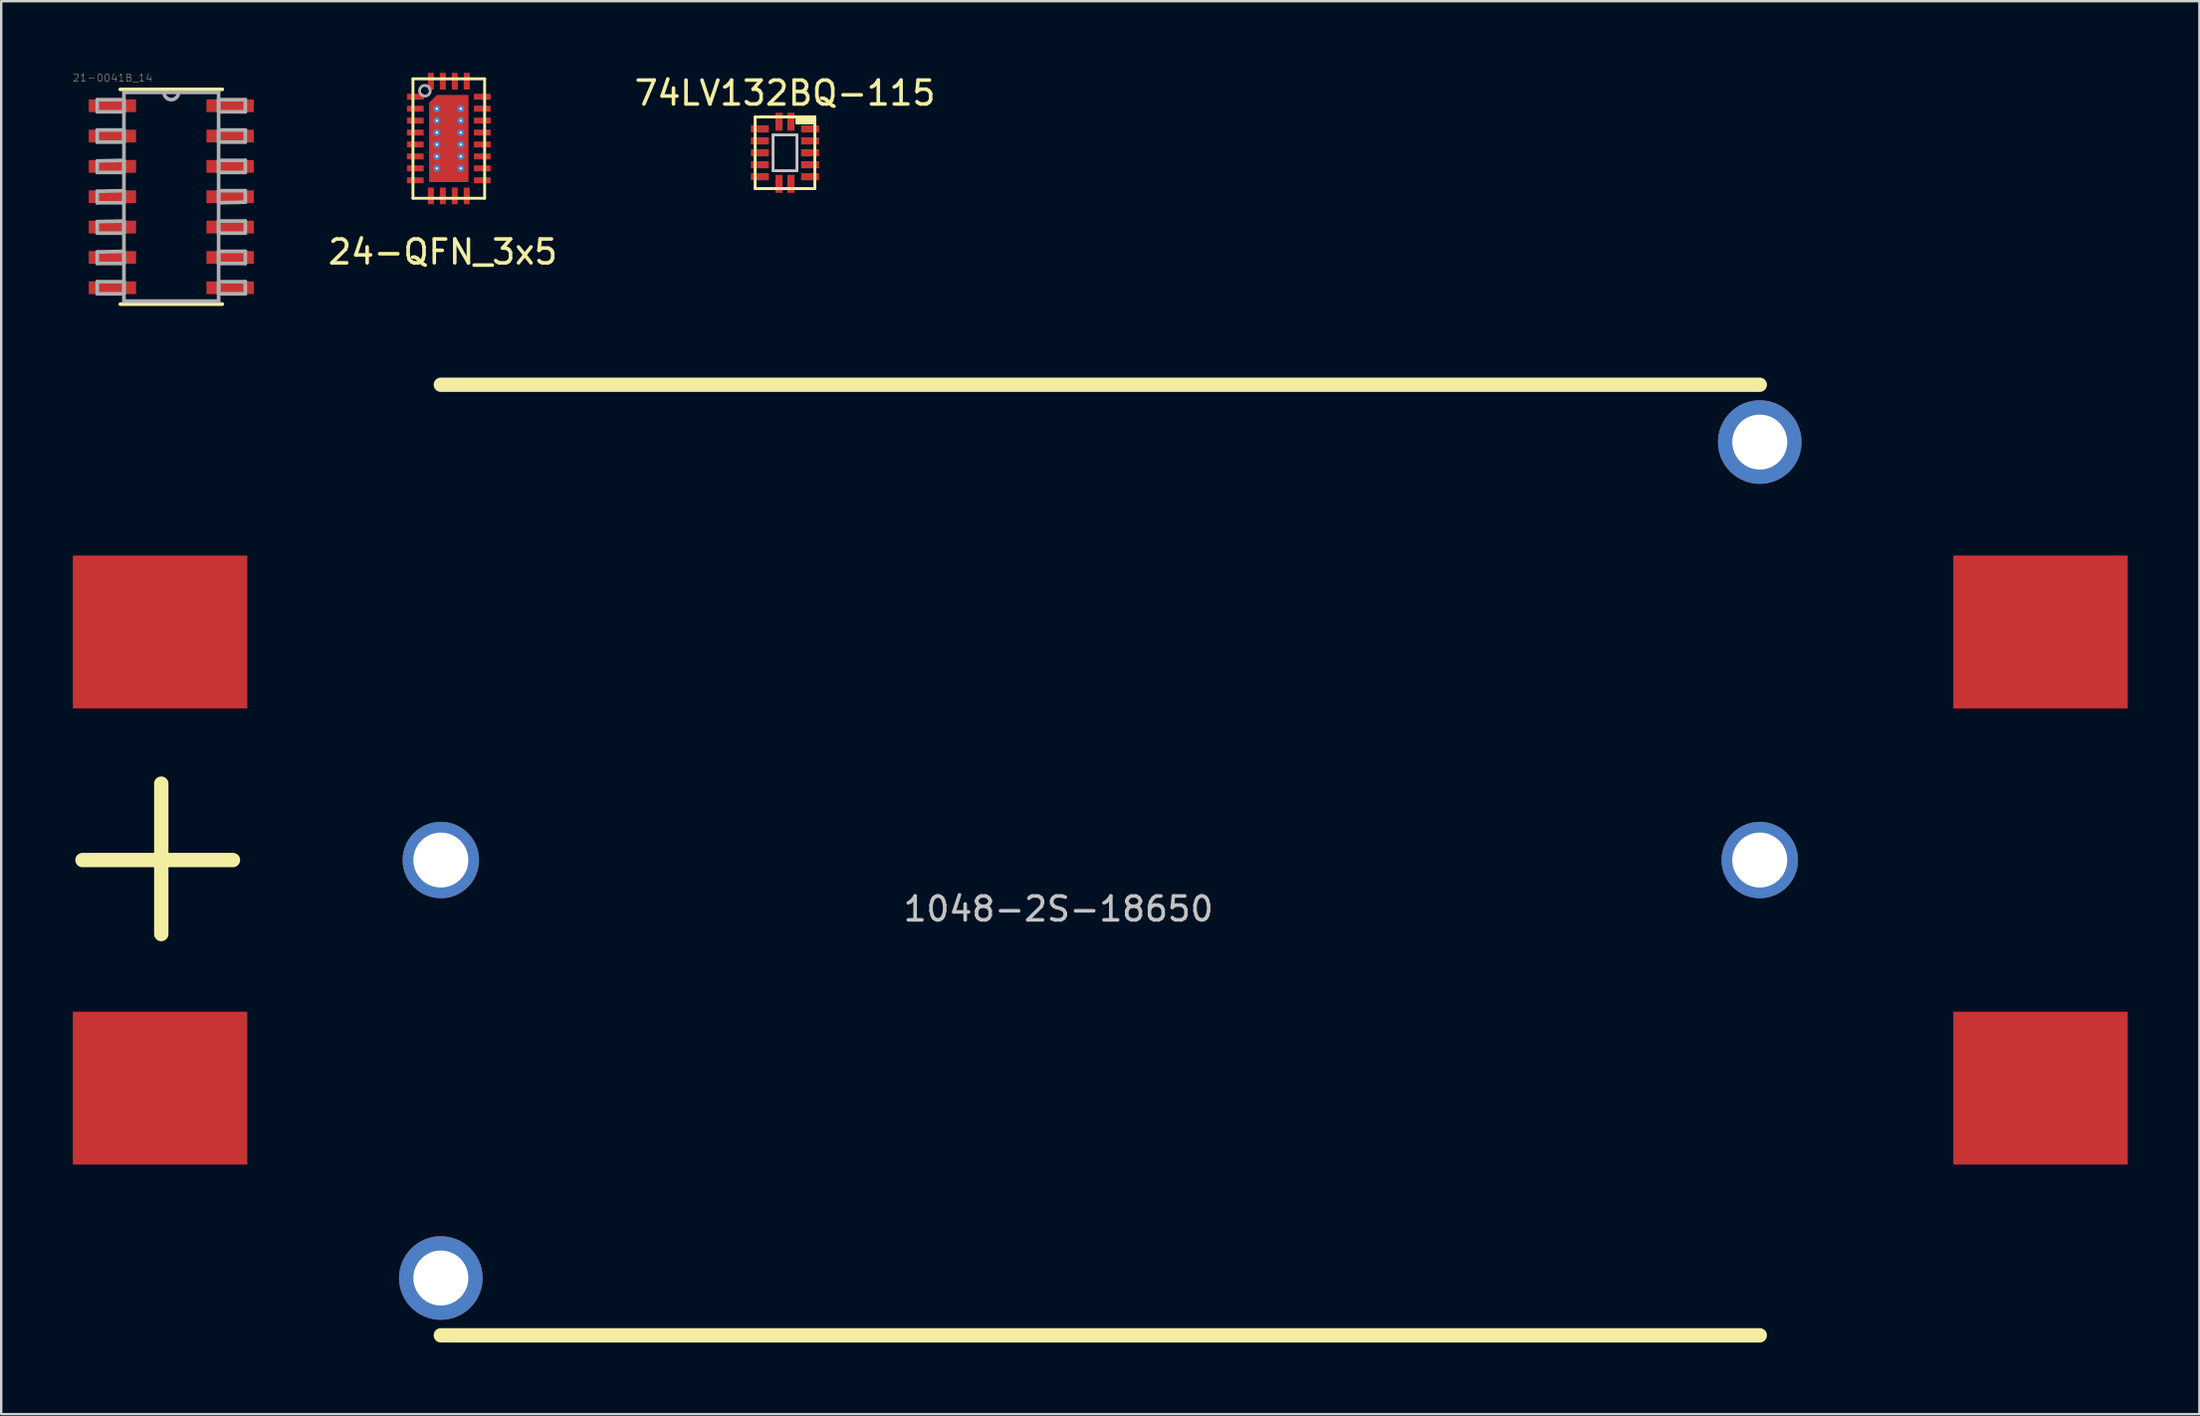
<source format=kicad_pcb>
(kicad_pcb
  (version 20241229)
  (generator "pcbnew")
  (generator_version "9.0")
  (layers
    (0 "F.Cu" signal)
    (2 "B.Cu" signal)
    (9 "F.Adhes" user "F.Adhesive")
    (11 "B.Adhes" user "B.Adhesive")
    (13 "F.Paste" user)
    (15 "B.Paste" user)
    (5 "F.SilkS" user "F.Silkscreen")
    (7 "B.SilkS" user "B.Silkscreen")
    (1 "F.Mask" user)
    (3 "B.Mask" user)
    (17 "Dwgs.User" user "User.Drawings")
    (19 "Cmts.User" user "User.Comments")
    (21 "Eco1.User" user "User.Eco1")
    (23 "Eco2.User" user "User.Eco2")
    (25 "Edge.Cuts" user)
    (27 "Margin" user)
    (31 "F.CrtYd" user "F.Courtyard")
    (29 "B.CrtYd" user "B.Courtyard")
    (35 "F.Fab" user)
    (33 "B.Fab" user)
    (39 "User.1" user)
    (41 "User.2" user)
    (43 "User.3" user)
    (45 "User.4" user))
  (footprint "24-QFN_3x5"
    (layer "F.Cu")
    (at 15.733 2.75)
    (property "Reference" "24-QFN_3x5" (at -0.25 4.75 0) (layer "F.SilkS") (effects (font (size 1 1) (thickness 0.15))))
    (attr through_hole)
    (fp_line (start -1.5 -2.5) (end 1.5 -2.5) (stroke (width 0.12) (type solid)) (layer "F.SilkS"))
    (fp_line (start -1.5 2.5) (end -1.5 -2.5) (stroke (width 0.12) (type solid)) (layer "F.SilkS"))
    (fp_line (start 1.5 -2.5) (end 1.5 2.5) (stroke (width 0.12) (type solid)) (layer "F.SilkS"))
    (fp_line (start 1.5 2.5) (end -1.5 2.5) (stroke (width 0.12) (type solid)) (layer "F.SilkS"))
    (fp_circle (center -1 -2) (end -1.1 -2.2) (stroke (width 0.12) (type solid)) (fill no) (layer "F.Fab"))
    (pad "1" smd rect (at -1.4 -1.75) (size 0.7 0.25) (layers "F.Cu" "F.Mask" "F.Paste"))
    (pad "2" smd rect (at -1.4 -1.25) (size 0.7 0.25) (layers "F.Cu" "F.Mask" "F.Paste"))
    (pad "3" smd rect (at -1.4 -0.75) (size 0.7 0.25) (layers "F.Cu" "F.Mask" "F.Paste"))
    (pad "4" smd rect (at -1.4 -0.25) (size 0.7 0.25) (layers "F.Cu" "F.Mask" "F.Paste"))
    (pad "5" smd rect (at -1.4 0.25) (size 0.7 0.25) (layers "F.Cu" "F.Mask" "F.Paste"))
    (pad "6" smd rect (at -1.4 0.75) (size 0.7 0.25) (layers "F.Cu" "F.Mask" "F.Paste"))
    (pad "7" smd rect (at -1.4 1.25) (size 0.7 0.25) (layers "F.Cu" "F.Mask" "F.Paste"))
    (pad "8" smd rect (at -1.4 1.75) (size 0.7 0.25) (layers "F.Cu" "F.Mask" "F.Paste"))
    (pad "9" smd rect (at -0.75 2.4 90) (size 0.7 0.25) (layers "F.Cu" "F.Mask" "F.Paste"))
    (pad "10" smd rect (at -0.25 2.4 90) (size 0.7 0.25) (layers "F.Cu" "F.Mask" "F.Paste"))
    (pad "11" smd rect (at 0.25 2.4 90) (size 0.7 0.25) (layers "F.Cu" "F.Mask" "F.Paste"))
    (pad "12" smd rect (at 0.75 2.4 90) (size 0.7 0.25) (layers "F.Cu" "F.Mask" "F.Paste"))
    (pad "13" smd rect (at 1.4 1.75) (size 0.7 0.25) (layers "F.Cu" "F.Mask" "F.Paste"))
    (pad "14" smd rect (at 1.4 1.25) (size 0.7 0.25) (layers "F.Cu" "F.Mask" "F.Paste"))
    (pad "15" smd rect (at 1.4 0.75) (size 0.7 0.25) (layers "F.Cu" "F.Mask" "F.Paste"))
    (pad "16" smd rect (at 1.4 0.25) (size 0.7 0.25) (layers "F.Cu" "F.Mask" "F.Paste"))
    (pad "17" smd rect (at 1.4 -0.25) (size 0.7 0.25) (layers "F.Cu" "F.Mask" "F.Paste"))
    (pad "18" smd rect (at 1.4 -0.75) (size 0.7 0.25) (layers "F.Cu" "F.Mask" "F.Paste"))
    (pad "19" smd rect (at 1.4 -1.25) (size 0.7 0.25) (layers "F.Cu" "F.Mask" "F.Paste"))
    (pad "20" smd rect (at 1.4 -1.75) (size 0.7 0.25) (layers "F.Cu" "F.Mask" "F.Paste"))
    (pad "21" smd rect (at 0.75 -2.4 270) (size 0.7 0.25) (layers "F.Cu" "F.Mask" "F.Paste"))
    (pad "22" smd rect (at 0.25 -2.4 270) (size 0.7 0.25) (layers "F.Cu" "F.Mask" "F.Paste"))
    (pad "23" smd rect (at -0.25 -2.4 270) (size 0.7 0.25) (layers "F.Cu" "F.Mask" "F.Paste"))
    (pad "24" smd rect (at -0.75 -2.4 270) (size 0.7 0.25) (layers "F.Cu" "F.Mask" "F.Paste"))
    (pad "25" thru_hole circle (at -0.5 -1.25) (size 0.3 0.3) (drill 0.1) (layers "*.Cu" "*.Mask"))
    (pad "25" thru_hole circle (at -0.5 -0.75) (size 0.3 0.3) (drill 0.1) (layers "*.Cu" "*.Mask"))
    (pad "25" thru_hole circle (at -0.5 -0.25) (size 0.3 0.3) (drill 0.1) (layers "*.Cu" "*.Mask"))
    (pad "25" thru_hole circle (at -0.5 0.25) (size 0.3 0.3) (drill 0.1) (layers "*.Cu" "*.Mask"))
    (pad "25" thru_hole circle (at -0.5 0.75) (size 0.3 0.3) (drill 0.1) (layers "*.Cu" "*.Mask"))
    (pad "25" thru_hole circle (at -0.5 1.25) (size 0.3 0.3) (drill 0.1) (layers "*.Cu" "*.Mask"))
    (pad "25" smd custom (at 0 0) (size 0.1 0.1) (layers "F.Cu" "F.Mask" "F.Paste") (options (anchor rect)) (primitives (gr_poly (pts (xy 0.825 1.825) (xy 0.825 -1.825) (xy -0.5 -1.825) (xy -0.825 -1.5) (xy -0.825 1.825)) (width 0) (fill yes))))
    (pad "25" thru_hole circle (at 0.5 -1.25) (size 0.3 0.3) (drill 0.1) (layers "*.Cu" "*.Mask"))
    (pad "25" thru_hole circle (at 0.5 -0.75) (size 0.3 0.3) (drill 0.1) (layers "*.Cu" "*.Mask"))
    (pad "25" thru_hole circle (at 0.5 -0.25) (size 0.3 0.3) (drill 0.1) (layers "*.Cu" "*.Mask"))
    (pad "25" thru_hole circle (at 0.5 0.25) (size 0.3 0.3) (drill 0.1) (layers "*.Cu" "*.Mask"))
    (pad "25" thru_hole circle (at 0.5 0.75) (size 0.3 0.3) (drill 0.1) (layers "*.Cu" "*.Mask"))
    (pad "25" thru_hole circle (at 0.5 1.25) (size 0.3 0.3) (drill 0.1) (layers "*.Cu" "*.Mask")))
  (footprint "74LV132BQ-115"
    (layer "F.Cu")
    (at 29.804 3.348)
    (property "Reference" "74LV132BQ-115" (at 0 -2.5 0) (layer "F.SilkS") (effects (font (size 1 1) (thickness 0.15))))
    (attr through_hole)
    (fp_line (start -1.25 -1.5) (end -1.25 1.5) (stroke (width 0.12) (type solid)) (layer "F.SilkS"))
    (fp_line (start -1.25 1.5) (end 1.25 1.5) (stroke (width 0.12) (type solid)) (layer "F.SilkS"))
    (fp_line (start -1 1.5) (end 1 1.5) (stroke (width 0.12) (type solid)) (layer "F.SilkS"))
    (fp_line (start 0.5 -1.5) (end 0.5 -1.25) (stroke (width 0.12) (type solid)) (layer "F.SilkS"))
    (fp_line (start 0.5 -1.25) (end 1.25 -1.25) (stroke (width 0.12) (type solid)) (layer "F.SilkS"))
    (fp_line (start 1 -1.5) (end -1 -1.5) (stroke (width 0.12) (type solid)) (layer "F.SilkS"))
    (fp_line (start 1 -1.5) (end 1.25 -1.5) (stroke (width 0.12) (type solid)) (layer "F.SilkS"))
    (fp_line (start 1.25 -1.5) (end -1.25 -1.5) (stroke (width 0.12) (type solid)) (layer "F.SilkS"))
    (fp_line (start 1.25 1.5) (end 1.25 -1.5) (stroke (width 0.12) (type solid)) (layer "F.SilkS"))
    (fp_poly (pts (xy 1.25 -1.25) (xy 0.5 -1.25) (xy 0.5 -1.5) (xy 1.25 -1.5)) (stroke (width 0.1) (type solid)) (fill yes) (layer "F.SilkS"))
    (fp_line (start -0.5 -0.75) (end -0.5 0.75) (stroke (width 0.12) (type solid)) (layer "Dwgs.User"))
    (fp_line (start -0.5 0.75) (end 0.5 0.75) (stroke (width 0.12) (type solid)) (layer "Dwgs.User"))
    (fp_line (start 0.5 -0.75) (end -0.5 -0.75) (stroke (width 0.12) (type solid)) (layer "Dwgs.User"))
    (fp_line (start 0.5 0.75) (end 0.5 -0.75) (stroke (width 0.12) (type solid)) (layer "Dwgs.User"))
    (pad "1" smd rect (at 0.25 -1.3) (size 0.3 0.75) (layers "F.Cu" "F.Mask" "F.Paste"))
    (pad "2" smd rect (at 1.05 -1 90) (size 0.3 0.75) (layers "F.Cu" "F.Mask" "F.Paste"))
    (pad "3" smd rect (at 1.05 -0.5 90) (size 0.3 0.75) (layers "F.Cu" "F.Mask" "F.Paste"))
    (pad "4" smd rect (at 1.05 0 90) (size 0.3 0.75) (layers "F.Cu" "F.Mask" "F.Paste"))
    (pad "5" smd rect (at 1.05 0.5 90) (size 0.3 0.75) (layers "F.Cu" "F.Mask" "F.Paste"))
    (pad "6" smd rect (at 1.05 1 90) (size 0.3 0.75) (layers "F.Cu" "F.Mask" "F.Paste"))
    (pad "7" smd rect (at 0.25 1.3 180) (size 0.3 0.75) (layers "F.Cu" "F.Mask" "F.Paste"))
    (pad "8" smd rect (at -0.25 1.3 180) (size 0.3 0.75) (layers "F.Cu" "F.Mask" "F.Paste"))
    (pad "9" smd rect (at -1.05 1 270) (size 0.3 0.75) (layers "F.Cu" "F.Mask" "F.Paste"))
    (pad "10" smd rect (at -1.05 0.5 270) (size 0.3 0.75) (layers "F.Cu" "F.Mask" "F.Paste"))
    (pad "11" smd rect (at -1.05 0 270) (size 0.3 0.75) (layers "F.Cu" "F.Mask" "F.Paste"))
    (pad "12" smd rect (at -1.05 -0.5 270) (size 0.3 0.75) (layers "F.Cu" "F.Mask" "F.Paste"))
    (pad "13" smd rect (at -1.05 -1 270) (size 0.3 0.75) (layers "F.Cu" "F.Mask" "F.Paste"))
    (pad "14" smd rect (at -0.25 -1.3) (size 0.3 0.75) (layers "F.Cu" "F.Mask" "F.Paste")))
  (footprint "21-0041B_14"
    (layer "F.Cu")
    (at 4.118 5.187)
    (property "Reference" "21-0041B_14" (at -2.454 -4.977 0) (layer "F.SilkS") (effects (font (size 0.315 0.315) (thickness 0.015))))
    (attr smd)
    (fp_line (start -2.134 4.496) (end 2.134 4.496) (stroke (width 0.152) (type solid)) (layer "F.SilkS"))
    (fp_line (start 2.134 -4.496) (end -2.134 -4.496) (stroke (width 0.152) (type solid)) (layer "F.SilkS"))
    (fp_line (start -3.099 -4.064) (end -3.099 -3.556) (stroke (width 0.152) (type solid)) (layer "F.Fab"))
    (fp_line (start -3.099 -3.556) (end -1.981 -3.556) (stroke (width 0.152) (type solid)) (layer "F.Fab"))
    (fp_line (start -3.099 -2.794) (end -3.099 -2.286) (stroke (width 0.152) (type solid)) (layer "F.Fab"))
    (fp_line (start -3.099 -2.286) (end -1.981 -2.286) (stroke (width 0.152) (type solid)) (layer "F.Fab"))
    (fp_line (start -3.099 -1.499) (end -3.099 -1.016) (stroke (width 0.152) (type solid)) (layer "F.Fab"))
    (fp_line (start -3.099 -1.016) (end -1.981 -1.016) (stroke (width 0.152) (type solid)) (layer "F.Fab"))
    (fp_line (start -3.099 -0.229) (end -3.099 0.254) (stroke (width 0.152) (type solid)) (layer "F.Fab"))
    (fp_line (start -3.099 0.254) (end -1.981 0.254) (stroke (width 0.152) (type solid)) (layer "F.Fab"))
    (fp_line (start -3.099 1.041) (end -3.099 1.524) (stroke (width 0.152) (type solid)) (layer "F.Fab"))
    (fp_line (start -3.099 1.524) (end -1.981 1.524) (stroke (width 0.152) (type solid)) (layer "F.Fab"))
    (fp_line (start -3.099 2.311) (end -3.099 2.794) (stroke (width 0.152) (type solid)) (layer "F.Fab"))
    (fp_line (start -3.099 2.794) (end -1.981 2.794) (stroke (width 0.152) (type solid)) (layer "F.Fab"))
    (fp_line (start -3.099 3.556) (end -3.099 4.064) (stroke (width 0.152) (type solid)) (layer "F.Fab"))
    (fp_line (start -3.099 4.064) (end -1.981 4.064) (stroke (width 0.152) (type solid)) (layer "F.Fab"))
    (fp_line (start -1.981 -4.369) (end -1.981 4.369) (stroke (width 0.152) (type solid)) (layer "F.Fab"))
    (fp_line (start -1.981 -4.064) (end -3.099 -4.064) (stroke (width 0.152) (type solid)) (layer "F.Fab"))
    (fp_line (start -1.981 -3.556) (end -1.981 -4.064) (stroke (width 0.152) (type solid)) (layer "F.Fab"))
    (fp_line (start -1.981 -2.794) (end -3.099 -2.794) (stroke (width 0.152) (type solid)) (layer "F.Fab"))
    (fp_line (start -1.981 -2.286) (end -1.981 -2.794) (stroke (width 0.152) (type solid)) (layer "F.Fab"))
    (fp_line (start -1.981 -1.524) (end -3.099 -1.499) (stroke (width 0.152) (type solid)) (layer "F.Fab"))
    (fp_line (start -1.981 -1.016) (end -1.981 -1.524) (stroke (width 0.152) (type solid)) (layer "F.Fab"))
    (fp_line (start -1.981 -0.254) (end -3.099 -0.229) (stroke (width 0.152) (type solid)) (layer "F.Fab"))
    (fp_line (start -1.981 0.254) (end -1.981 -0.254) (stroke (width 0.152) (type solid)) (layer "F.Fab"))
    (fp_line (start -1.981 1.016) (end -3.099 1.041) (stroke (width 0.152) (type solid)) (layer "F.Fab"))
    (fp_line (start -1.981 1.524) (end -1.981 1.016) (stroke (width 0.152) (type solid)) (layer "F.Fab"))
    (fp_line (start -1.981 2.286) (end -3.099 2.311) (stroke (width 0.152) (type solid)) (layer "F.Fab"))
    (fp_line (start -1.981 2.794) (end -1.981 2.286) (stroke (width 0.152) (type solid)) (layer "F.Fab"))
    (fp_line (start -1.981 3.556) (end -3.099 3.556) (stroke (width 0.152) (type solid)) (layer "F.Fab"))
    (fp_line (start -1.981 4.064) (end -1.981 3.556) (stroke (width 0.152) (type solid)) (layer "F.Fab"))
    (fp_line (start -1.981 4.369) (end 1.981 4.369) (stroke (width 0.152) (type solid)) (layer "F.Fab"))
    (fp_line (start -0.305 -4.369) (end -1.981 -4.369) (stroke (width 0.152) (type solid)) (layer "F.Fab"))
    (fp_line (start 0.305 -4.369) (end -0.305 -4.369) (stroke (width 0.152) (type solid)) (layer "F.Fab"))
    (fp_line (start 1.981 -4.369) (end 0.305 -4.369) (stroke (width 0.152) (type solid)) (layer "F.Fab"))
    (fp_line (start 1.981 -4.064) (end 1.981 -3.556) (stroke (width 0.152) (type solid)) (layer "F.Fab"))
    (fp_line (start 1.981 -3.556) (end 3.099 -3.556) (stroke (width 0.152) (type solid)) (layer "F.Fab"))
    (fp_line (start 1.981 -2.794) (end 1.981 -2.286) (stroke (width 0.152) (type solid)) (layer "F.Fab"))
    (fp_line (start 1.981 -2.286) (end 3.099 -2.286) (stroke (width 0.152) (type solid)) (layer "F.Fab"))
    (fp_line (start 1.981 -1.524) (end 1.981 -1.016) (stroke (width 0.152) (type solid)) (layer "F.Fab"))
    (fp_line (start 1.981 -1.016) (end 3.099 -1.016) (stroke (width 0.152) (type solid)) (layer "F.Fab"))
    (fp_line (start 1.981 -0.254) (end 1.981 0.254) (stroke (width 0.152) (type solid)) (layer "F.Fab"))
    (fp_line (start 1.981 0.254) (end 3.099 0.229) (stroke (width 0.152) (type solid)) (layer "F.Fab"))
    (fp_line (start 1.981 1.016) (end 1.981 1.524) (stroke (width 0.152) (type solid)) (layer "F.Fab"))
    (fp_line (start 1.981 1.524) (end 3.099 1.524) (stroke (width 0.152) (type solid)) (layer "F.Fab"))
    (fp_line (start 1.981 2.286) (end 1.981 2.794) (stroke (width 0.152) (type solid)) (layer "F.Fab"))
    (fp_line (start 1.981 2.794) (end 3.099 2.794) (stroke (width 0.152) (type solid)) (layer "F.Fab"))
    (fp_line (start 1.981 3.556) (end 1.981 4.064) (stroke (width 0.152) (type solid)) (layer "F.Fab"))
    (fp_line (start 1.981 4.064) (end 3.099 4.064) (stroke (width 0.152) (type solid)) (layer "F.Fab"))
    (fp_line (start 1.981 4.369) (end 1.981 -4.369) (stroke (width 0.152) (type solid)) (layer "F.Fab"))
    (fp_line (start 3.099 -4.064) (end 1.981 -4.064) (stroke (width 0.152) (type solid)) (layer "F.Fab"))
    (fp_line (start 3.099 -3.556) (end 3.099 -4.064) (stroke (width 0.152) (type solid)) (layer "F.Fab"))
    (fp_line (start 3.099 -2.794) (end 1.981 -2.794) (stroke (width 0.152) (type solid)) (layer "F.Fab"))
    (fp_line (start 3.099 -2.286) (end 3.099 -2.794) (stroke (width 0.152) (type solid)) (layer "F.Fab"))
    (fp_line (start 3.099 -1.524) (end 1.981 -1.524) (stroke (width 0.152) (type solid)) (layer "F.Fab"))
    (fp_line (start 3.099 -1.016) (end 3.099 -1.524) (stroke (width 0.152) (type solid)) (layer "F.Fab"))
    (fp_line (start 3.099 -0.254) (end 1.981 -0.254) (stroke (width 0.152) (type solid)) (layer "F.Fab"))
    (fp_line (start 3.099 0.229) (end 3.099 -0.254) (stroke (width 0.152) (type solid)) (layer "F.Fab"))
    (fp_line (start 3.099 1.016) (end 1.981 1.016) (stroke (width 0.152) (type solid)) (layer "F.Fab"))
    (fp_line (start 3.099 1.524) (end 3.099 1.016) (stroke (width 0.152) (type solid)) (layer "F.Fab"))
    (fp_line (start 3.099 2.286) (end 1.981 2.286) (stroke (width 0.152) (type solid)) (layer "F.Fab"))
    (fp_line (start 3.099 2.794) (end 3.099 2.286) (stroke (width 0.152) (type solid)) (layer "F.Fab"))
    (fp_line (start 3.099 3.556) (end 1.981 3.556) (stroke (width 0.152) (type solid)) (layer "F.Fab"))
    (fp_line (start 3.099 4.064) (end 3.099 3.556) (stroke (width 0.152) (type solid)) (layer "F.Fab"))
    (fp_arc (start 0.3048 -4.3688) (mid 0 -4.064) (end -0.3048 -4.3688) (stroke (width 0.1524) (type solid)) (layer "F.Fab"))
    (pad "1" smd rect (at -2.464 -3.81) (size 1.981 0.533) (layers "F.Cu" "F.Mask" "F.Paste"))
    (pad "2" smd rect (at -2.464 -2.54) (size 1.981 0.533) (layers "F.Cu" "F.Mask" "F.Paste"))
    (pad "3" smd rect (at -2.464 -1.27) (size 1.981 0.533) (layers "F.Cu" "F.Mask" "F.Paste"))
    (pad "4" smd rect (at -2.464 0) (size 1.981 0.533) (layers "F.Cu" "F.Mask" "F.Paste"))
    (pad "5" smd rect (at -2.464 1.27) (size 1.981 0.533) (layers "F.Cu" "F.Mask" "F.Paste"))
    (pad "6" smd rect (at -2.464 2.54) (size 1.981 0.533) (layers "F.Cu" "F.Mask" "F.Paste"))
    (pad "7" smd rect (at -2.464 3.81) (size 1.981 0.533) (layers "F.Cu" "F.Mask" "F.Paste"))
    (pad "8" smd rect (at 2.464 3.81) (size 1.981 0.533) (layers "F.Cu" "F.Mask" "F.Paste"))
    (pad "9" smd rect (at 2.464 2.54) (size 1.981 0.533) (layers "F.Cu" "F.Mask" "F.Paste"))
    (pad "10" smd rect (at 2.464 1.27) (size 1.981 0.533) (layers "F.Cu" "F.Mask" "F.Paste"))
    (pad "11" smd rect (at 2.464 0) (size 1.981 0.533) (layers "F.Cu" "F.Mask" "F.Paste"))
    (pad "12" smd rect (at 2.464 -1.27) (size 1.981 0.533) (layers "F.Cu" "F.Mask" "F.Paste"))
    (pad "13" smd rect (at 2.464 -2.54) (size 1.981 0.533) (layers "F.Cu" "F.Mask" "F.Paste"))
    (pad "14" smd rect (at 2.464 -3.81) (size 1.981 0.533) (layers "F.Cu" "F.Mask" "F.Paste")))
  (footprint "1048-2S-18650"
    (layer "F.Cu")
    (at 15.4 32.959)
    (property "Reference" "1048-2S-18650" (at 25.85 2.05 0) (layer "Dwgs.User") (effects (font (size 1 1) (thickness 0.15))))
    (attr through_hole)
    (fp_line (start -15 0) (end -8.7 0) (stroke (width 0.6) (type solid)) (layer "F.SilkS"))
    (fp_line (start -11.7 -3.2) (end -11.7 3.1) (stroke (width 0.6) (type solid)) (layer "F.SilkS"))
    (fp_line (start 0 -19.9) (end 55.2 -19.9) (stroke (width 0.6) (type solid)) (layer "F.SilkS"))
    (fp_line (start 0 19.9) (end 55.2 19.9) (stroke (width 0.6) (type solid)) (layer "F.SilkS"))
    (pad "" np_thru_hole circle (at 0 0) (size 3.2 3.2) (drill 2.3) (layers "*.Cu" "*.Mask"))
    (pad "" np_thru_hole circle (at 0 17.5) (size 3.5 3.5) (drill 2.3) (layers "*.Cu" "*.Mask"))
    (pad "" np_thru_hole circle (at 55.2 -17.5) (size 3.5 3.5) (drill 2.3) (layers "*.Cu" "*.Mask"))
    (pad "" np_thru_hole circle (at 55.2 0) (size 3.2 3.2) (drill 2.3) (layers "*.Cu" "*.Mask"))
    (pad "1" smd rect (at -11.75 -9.55) (size 7.3 6.4) (layers "F.Cu" "F.Mask" "F.Paste"))
    (pad "2" smd rect (at -11.75 9.55) (size 7.3 6.4) (layers "F.Cu" "F.Mask" "F.Paste"))
    (pad "3" smd rect (at 66.95 9.55) (size 7.3 6.4) (layers "F.Cu" "F.Mask" "F.Paste"))
    (pad "4" smd rect (at 66.95 -9.55) (size 7.3 6.4) (layers "F.Cu" "F.Mask" "F.Paste")))
  (gr_rect
    (start -3 -3)
    (end 89 56.159)
    (stroke (width 0.1) (type default))
    (fill no)
    (layer "Edge.Cuts")))
</source>
